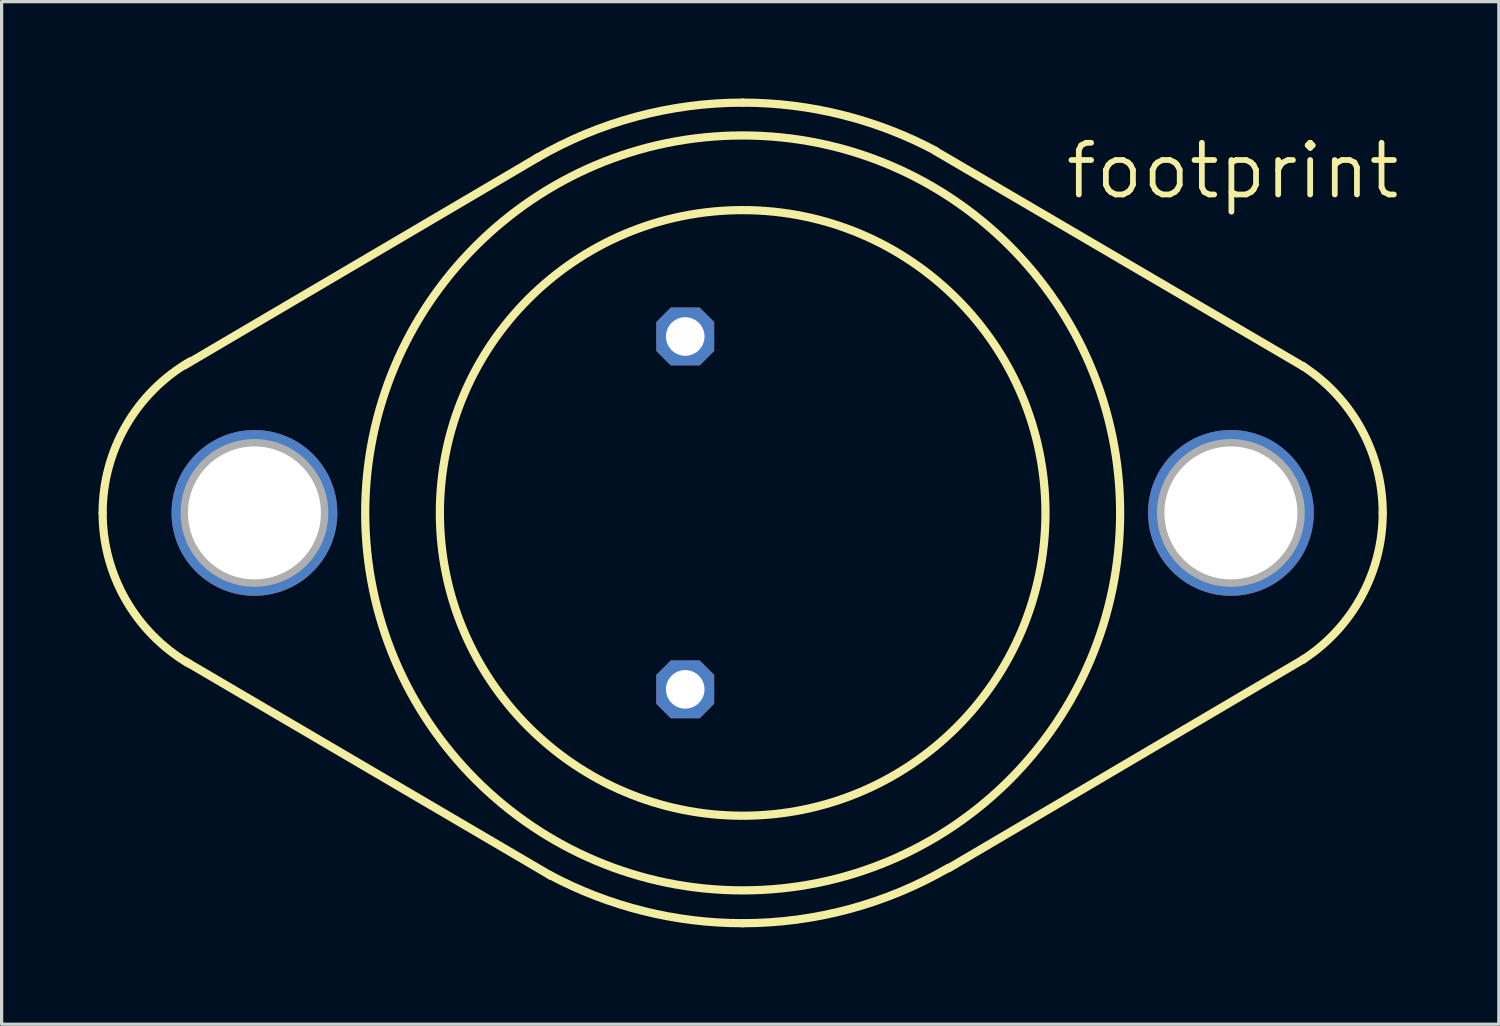
<source format=kicad_pcb>
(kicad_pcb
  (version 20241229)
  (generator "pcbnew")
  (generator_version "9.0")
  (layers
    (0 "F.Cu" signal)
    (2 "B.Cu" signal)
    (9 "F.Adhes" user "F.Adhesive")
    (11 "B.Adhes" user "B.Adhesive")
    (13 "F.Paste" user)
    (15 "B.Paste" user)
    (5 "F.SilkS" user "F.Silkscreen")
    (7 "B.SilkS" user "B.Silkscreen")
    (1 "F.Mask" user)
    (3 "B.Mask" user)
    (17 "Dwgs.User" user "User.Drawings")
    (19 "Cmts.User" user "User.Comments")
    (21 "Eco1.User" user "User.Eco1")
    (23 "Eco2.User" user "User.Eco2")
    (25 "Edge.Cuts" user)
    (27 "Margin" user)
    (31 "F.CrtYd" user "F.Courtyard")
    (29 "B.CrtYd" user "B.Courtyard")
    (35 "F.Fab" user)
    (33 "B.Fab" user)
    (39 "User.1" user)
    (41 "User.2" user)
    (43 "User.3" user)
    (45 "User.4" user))
  (footprint "footprint"
    (layer "F.Cu")
    (at 19.939 12.827)
    (property "Reference" "footprint" (at 9.906 -9.652 0) (layer "F.SilkS") (effects (font (size 1.6 1.6) (thickness 0.178)) (justify left bottom)))
    (fp_line (start -6.35 -10.998) (end -17.272 -4.572) (stroke (width 0.254) (type solid)) (layer "F.SilkS"))
    (fp_line (start -5.944 11.227) (end -17.247 4.597) (stroke (width 0.254) (type solid)) (layer "F.SilkS"))
    (fp_line (start 5.969 -11.201) (end 17.374 -4.521) (stroke (width 0.254) (type solid)) (layer "F.SilkS"))
    (fp_line (start 6.375 10.998) (end 17.374 4.521) (stroke (width 0.254) (type solid)) (layer "F.SilkS"))
    (fp_arc (start -19.812 0) (mid -19.08306 -2.712168) (end -17.0927 -4.6935) (stroke (width 0.254) (type solid)) (layer "F.SilkS"))
    (fp_arc (start -17.155499 4.657) (mid -19.101186 2.680705) (end -19.812 0) (stroke (width 0.254) (type solid)) (layer "F.SilkS"))
    (fp_arc (start -6.3718 -10.9859) (mid -3.299165 -12.263989) (end 0 -12.7) (stroke (width 0.254) (type solid)) (layer "F.SilkS"))
    (fp_arc (start 0 -12.7) (mid 3.080216 -12.320822) (end 5.9765 -11.2059) (stroke (width 0.254) (type solid)) (layer "F.SilkS"))
    (fp_arc (start 0 12.7) (mid -3.080216 12.320822) (end -5.9765 11.2059) (stroke (width 0.254) (type solid)) (layer "F.SilkS"))
    (fp_arc (start 6.3718 10.9859) (mid 3.299165 12.263989) (end 0 12.7) (stroke (width 0.254) (type solid)) (layer "F.SilkS"))
    (fp_arc (start 17.3366 -4.545) (mid 19.153011 -2.58769) (end 19.811999 0.000001) (stroke (width 0.254) (type solid)) (layer "F.SilkS"))
    (fp_arc (start 19.811999 -0.000001) (mid 19.153011 2.58769) (end 17.3366 4.545) (stroke (width 0.254) (type solid)) (layer "F.SilkS"))
    (fp_circle (center 0 0) (end 9.373 0) (stroke (width 0.254) (type solid)) (fill no) (layer "F.SilkS"))
    (fp_circle (center 0 0) (end 11.684 0) (stroke (width 0.254) (type solid)) (fill no) (layer "F.SilkS"))
    (fp_circle (center -15.113 0) (end -12.954 0) (stroke (width 0.254) (type solid)) (fill no) (layer "F.Fab"))
    (fp_circle (center 15.113 0) (end 17.272 0) (stroke (width 0.254) (type solid)) (fill no) (layer "F.Fab"))
    (pad "1" thru_hole roundrect (at -1.778 -5.461) (size 1.791 1.791) (drill 1.194) (layers "*.Cu" "*.Mask") (roundrect_rratio 0.25) (chamfer_ratio 0.25) (chamfer top_left top_right bottom_left bottom_right))
    (pad "2" thru_hole roundrect (at -1.778 5.461) (size 1.791 1.791) (drill 1.194) (layers "*.Cu" "*.Mask") (roundrect_rratio 0.25) (chamfer_ratio 0.25) (chamfer top_left top_right bottom_left bottom_right))
    (pad "3" thru_hole circle (at 15.113 0) (size 5.131 5.131) (drill 4.115) (layers "*.Cu" "*.Mask"))
    (pad "3/" thru_hole circle (at -15.113 0) (size 5.131 5.131) (drill 4.115) (layers "*.Cu" "*.Mask")))
  (gr_rect
    (start -3 -3)
    (end 43.345 28.654)
    (stroke (width 0.1) (type default))
    (fill no)
    (layer "Edge.Cuts")))
</source>
